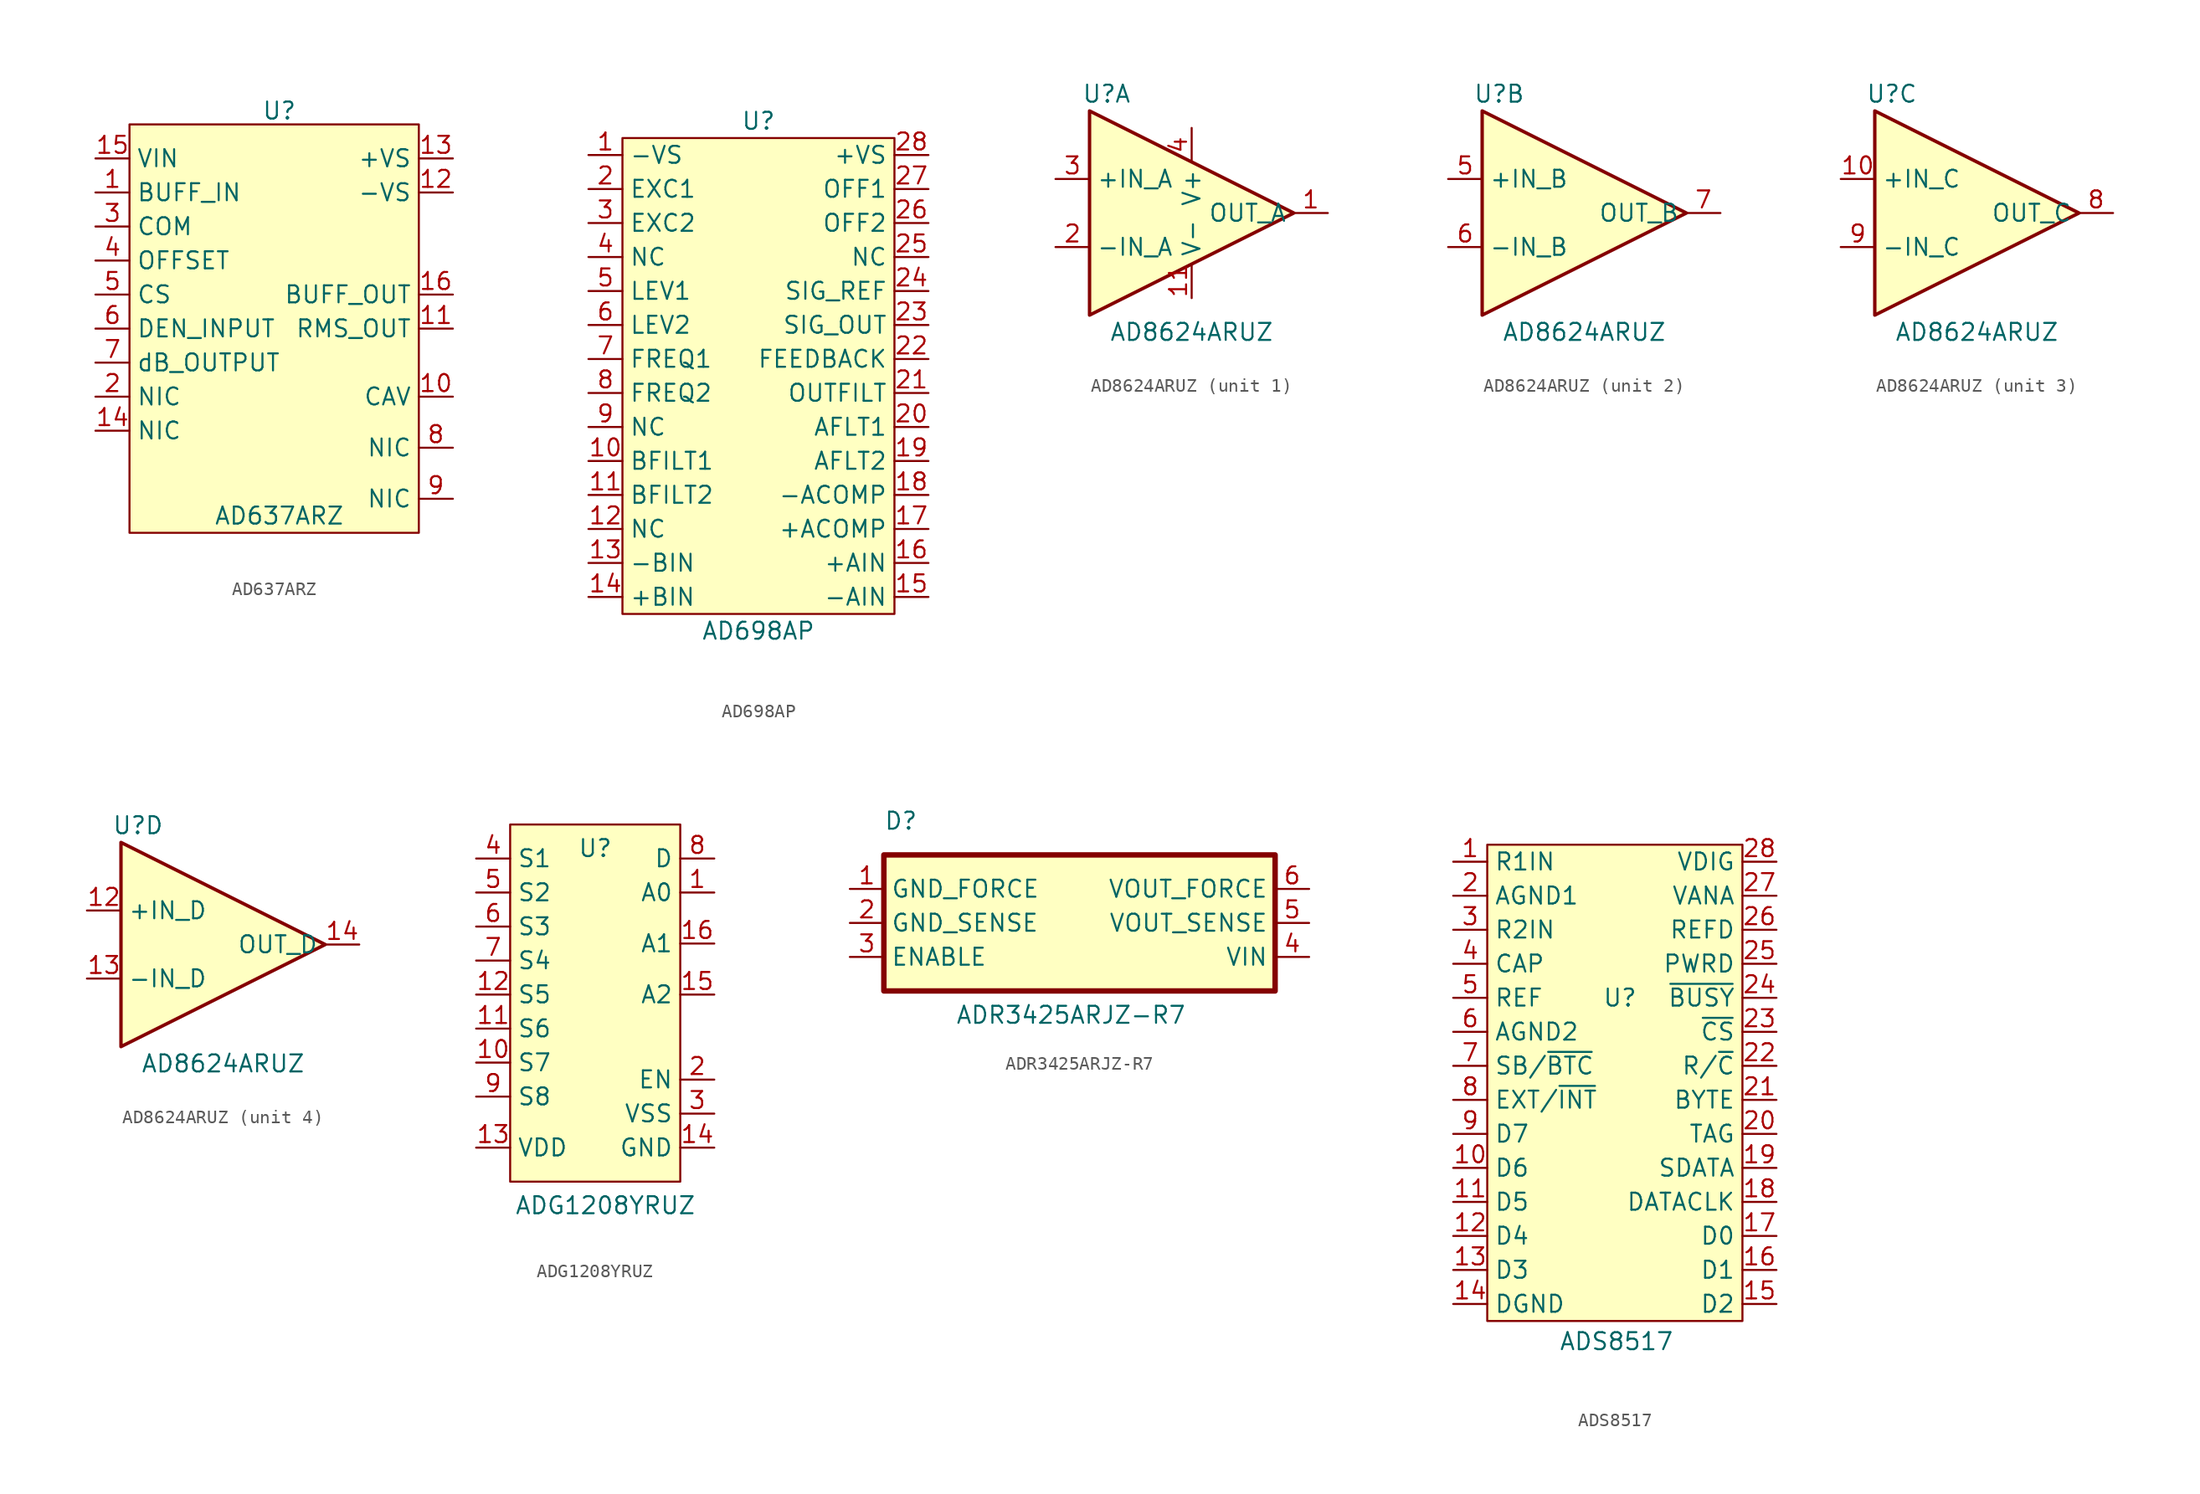
<source format=kicad_sym>
(kicad_symbol_lib
  (version 20241209)
  (generator "kicad_symbol_editor")
  (generator_version "9.0")
  (symbol "AD637ARZ"
    (property "Reference" "U"
      (at 1.016 17.526 0)
      (effects (font (size 1.27 1.27))))
    (property "Value" "AD637ARZ"
      (at 1.016 -12.7 0)
      (effects (font (size 1.27 1.27))))
    (symbol "AD637ARZ_1_1"
      (rectangle (start -10.16 16.51) (end 11.43 -13.97) (stroke (width 0) (type default)) (fill (type background)))
      (pin passive line (at -12.7 13.97 0) (length 2.54) (name "VIN" (effects (font (size 1.27 1.27)))) (number "15" (effects (font (size 1.27 1.27)))))
      (pin passive line (at -12.7 11.43 0) (length 2.54) (name "BUFF_IN" (effects (font (size 1.27 1.27)))) (number "1" (effects (font (size 1.27 1.27)))))
      (pin passive line (at -12.7 8.89 0) (length 2.54) (name "COM" (effects (font (size 1.27 1.27)))) (number "3" (effects (font (size 1.27 1.27)))))
      (pin passive line (at -12.7 6.35 0) (length 2.54) (name "OFFSET" (effects (font (size 1.27 1.27)))) (number "4" (effects (font (size 1.27 1.27)))))
      (pin passive line (at -12.7 3.81 0) (length 2.54) (name "CS" (effects (font (size 1.27 1.27)))) (number "5" (effects (font (size 1.27 1.27)))))
      (pin passive line (at -12.7 1.27 0) (length 2.54) (name "DEN_INPUT" (effects (font (size 1.27 1.27)))) (number "6" (effects (font (size 1.27 1.27)))))
      (pin passive line (at -12.7 -1.27 0) (length 2.54) (name "dB_OUTPUT" (effects (font (size 1.27 1.27)))) (number "7" (effects (font (size 1.27 1.27)))))
      (pin passive line (at -12.7 -3.81 0) (length 2.54) (name "NIC" (effects (font (size 1.27 1.27)))) (number "2" (effects (font (size 1.27 1.27)))))
      (pin passive line (at -12.7 -6.35 0) (length 2.54) (name "NIC" (effects (font (size 1.27 1.27)))) (number "14" (effects (font (size 1.27 1.27)))))
      (pin passive line (at 13.97 13.97 180) (length 2.54) (name "+VS" (effects (font (size 1.27 1.27)))) (number "13" (effects (font (size 1.27 1.27)))))
      (pin passive line (at 13.97 11.43 180) (length 2.54) (name "-VS" (effects (font (size 1.27 1.27)))) (number "12" (effects (font (size 1.27 1.27)))))
      (pin passive line (at 13.97 3.81 180) (length 2.54) (name "BUFF_OUT" (effects (font (size 1.27 1.27)))) (number "16" (effects (font (size 1.27 1.27)))))
      (pin passive line (at 13.97 1.27 180) (length 2.54) (name "RMS_OUT" (effects (font (size 1.27 1.27)))) (number "11" (effects (font (size 1.27 1.27)))))
      (pin passive line (at 13.97 -3.81 180) (length 2.54) (name "CAV" (effects (font (size 1.27 1.27)))) (number "10" (effects (font (size 1.27 1.27)))))
      (pin passive line (at 13.97 -7.62 180) (length 2.54) (name "NIC" (effects (font (size 1.27 1.27)))) (number "8" (effects (font (size 1.27 1.27)))))
      (pin passive line (at 13.97 -11.43 180) (length 2.54) (name "NIC" (effects (font (size 1.27 1.27)))) (number "9" (effects (font (size 1.27 1.27)))))))
  (symbol "AD698AP"
    (property "Reference" "U"
      (at 0 21.59 0)
      (effects (font (size 1.27 1.27))))
    (property "Value" "AD698AP"
      (at 0 -16.51 0)
      (effects (font (size 1.27 1.27))))
    (symbol "AD698AP_1_1"
      (rectangle (start -10.16 20.32) (end 10.16 -15.24) (stroke (width 0) (type default)) (fill (type background)))
      (pin passive line (at -12.7 19.05 0) (length 2.54) (name "-VS" (effects (font (size 1.27 1.27)))) (number "1" (effects (font (size 1.27 1.27)))))
      (pin passive line (at -12.7 16.51 0) (length 2.54) (name "EXC1" (effects (font (size 1.27 1.27)))) (number "2" (effects (font (size 1.27 1.27)))))
      (pin passive line (at -12.7 13.97 0) (length 2.54) (name "EXC2" (effects (font (size 1.27 1.27)))) (number "3" (effects (font (size 1.27 1.27)))))
      (pin passive line (at -12.7 11.43 0) (length 2.54) (name "NC" (effects (font (size 1.27 1.27)))) (number "4" (effects (font (size 1.27 1.27)))))
      (pin passive line (at -12.7 8.89 0) (length 2.54) (name "LEV1" (effects (font (size 1.27 1.27)))) (number "5" (effects (font (size 1.27 1.27)))))
      (pin passive line (at -12.7 6.35 0) (length 2.54) (name "LEV2" (effects (font (size 1.27 1.27)))) (number "6" (effects (font (size 1.27 1.27)))))
      (pin passive line (at -12.7 3.81 0) (length 2.54) (name "FREQ1" (effects (font (size 1.27 1.27)))) (number "7" (effects (font (size 1.27 1.27)))))
      (pin passive line (at -12.7 1.27 0) (length 2.54) (name "FREQ2" (effects (font (size 1.27 1.27)))) (number "8" (effects (font (size 1.27 1.27)))))
      (pin passive line (at -12.7 -1.27 0) (length 2.54) (name "NC" (effects (font (size 1.27 1.27)))) (number "9" (effects (font (size 1.27 1.27)))))
      (pin passive line (at -12.7 -3.81 0) (length 2.54) (name "BFILT1" (effects (font (size 1.27 1.27)))) (number "10" (effects (font (size 1.27 1.27)))))
      (pin passive line (at -12.7 -6.35 0) (length 2.54) (name "BFILT2" (effects (font (size 1.27 1.27)))) (number "11" (effects (font (size 1.27 1.27)))))
      (pin passive line (at -12.7 -8.89 0) (length 2.54) (name "NC" (effects (font (size 1.27 1.27)))) (number "12" (effects (font (size 1.27 1.27)))))
      (pin passive line (at -12.7 -11.43 0) (length 2.54) (name "-BIN" (effects (font (size 1.27 1.27)))) (number "13" (effects (font (size 1.27 1.27)))))
      (pin passive line (at -12.7 -13.97 0) (length 2.54) (name "+BIN" (effects (font (size 1.27 1.27)))) (number "14" (effects (font (size 1.27 1.27)))))
      (pin passive line (at 12.7 19.05 180) (length 2.54) (name "+VS" (effects (font (size 1.27 1.27)))) (number "28" (effects (font (size 1.27 1.27)))))
      (pin passive line (at 12.7 16.51 180) (length 2.54) (name "OFF1" (effects (font (size 1.27 1.27)))) (number "27" (effects (font (size 1.27 1.27)))))
      (pin passive line (at 12.7 13.97 180) (length 2.54) (name "OFF2" (effects (font (size 1.27 1.27)))) (number "26" (effects (font (size 1.27 1.27)))))
      (pin passive line (at 12.7 11.43 180) (length 2.54) (name "NC" (effects (font (size 1.27 1.27)))) (number "25" (effects (font (size 1.27 1.27)))))
      (pin passive line (at 12.7 8.89 180) (length 2.54) (name "SIG_REF" (effects (font (size 1.27 1.27)))) (number "24" (effects (font (size 1.27 1.27)))))
      (pin passive line (at 12.7 6.35 180) (length 2.54) (name "SIG_OUT" (effects (font (size 1.27 1.27)))) (number "23" (effects (font (size 1.27 1.27)))))
      (pin passive line (at 12.7 3.81 180) (length 2.54) (name "FEEDBACK" (effects (font (size 1.27 1.27)))) (number "22" (effects (font (size 1.27 1.27)))))
      (pin passive line (at 12.7 1.27 180) (length 2.54) (name "OUTFILT" (effects (font (size 1.27 1.27)))) (number "21" (effects (font (size 1.27 1.27)))))
      (pin passive line (at 12.7 -1.27 180) (length 2.54) (name "AFLT1" (effects (font (size 1.27 1.27)))) (number "20" (effects (font (size 1.27 1.27)))))
      (pin passive line (at 12.7 -3.81 180) (length 2.54) (name "AFLT2" (effects (font (size 1.27 1.27)))) (number "19" (effects (font (size 1.27 1.27)))))
      (pin passive line (at 12.7 -6.35 180) (length 2.54) (name "-ACOMP" (effects (font (size 1.27 1.27)))) (number "18" (effects (font (size 1.27 1.27)))))
      (pin passive line (at 12.7 -8.89 180) (length 2.54) (name "+ACOMP" (effects (font (size 1.27 1.27)))) (number "17" (effects (font (size 1.27 1.27)))))
      (pin passive line (at 12.7 -11.43 180) (length 2.54) (name "+AIN" (effects (font (size 1.27 1.27)))) (number "16" (effects (font (size 1.27 1.27)))))
      (pin passive line (at 12.7 -13.97 180) (length 2.54) (name "-AIN" (effects (font (size 1.27 1.27)))) (number "15" (effects (font (size 1.27 1.27)))))))
  (symbol "AD8624ARUZ"
    (property "Reference" "U"
      (at 0 1.27 0)
      (effects (font (size 1.27 1.27))))
    (property "Value" "AD8624ARUZ"
      (at 6.35 -16.51 0)
      (effects (font (size 1.27 1.27))))
    (property "ki_locked" ""
      (at 0 0 0)
      (effects (font (size 1.27 1.27))))
    (symbol "AD8624ARUZ_0_1"
      (polyline (pts (xy -1.27 0) (xy 13.97 -7.62) (xy -1.27 -15.24) (xy -1.27 0)) (stroke (width 0.254) (type default)) (fill (type background))))
    (symbol "AD8624ARUZ_1_1"
      (pin input line (at -3.81 -5.08 0) (length 2.54) (name "+IN_A" (effects (font (size 1.27 1.27)))) (number "3" (effects (font (size 1.27 1.27)))))
      (pin input line (at -3.81 -10.16 0) (length 2.54) (name "-IN_A" (effects (font (size 1.27 1.27)))) (number "2" (effects (font (size 1.27 1.27)))))
      (pin power_in line (at 6.35 -1.27 270) (length 2.54) (name "V+" (effects (font (size 1.27 1.27)))) (number "4" (effects (font (size 1.27 1.27)))))
      (pin power_in line (at 6.35 -13.97 90) (length 2.54) (name "V-" (effects (font (size 1.27 1.27)))) (number "11" (effects (font (size 1.27 1.27)))))
      (pin output line (at 16.51 -7.62 180) (length 2.54) (name "OUT_A" (effects (font (size 1.27 1.27)))) (number "1" (effects (font (size 1.27 1.27))))))
    (symbol "AD8624ARUZ_2_1"
      (pin input line (at -3.81 -5.08 0) (length 2.54) (name "+IN_B" (effects (font (size 1.27 1.27)))) (number "5" (effects (font (size 1.27 1.27)))))
      (pin input line (at -3.81 -10.16 0) (length 2.54) (name "-IN_B" (effects (font (size 1.27 1.27)))) (number "6" (effects (font (size 1.27 1.27)))))
      (pin output line (at 16.51 -7.62 180) (length 2.54) (name "OUT_B" (effects (font (size 1.27 1.27)))) (number "7" (effects (font (size 1.27 1.27))))))
    (symbol "AD8624ARUZ_3_1"
      (pin input line (at -3.81 -5.08 0) (length 2.54) (name "+IN_C" (effects (font (size 1.27 1.27)))) (number "10" (effects (font (size 1.27 1.27)))))
      (pin input line (at -3.81 -10.16 0) (length 2.54) (name "-IN_C" (effects (font (size 1.27 1.27)))) (number "9" (effects (font (size 1.27 1.27)))))
      (pin output line (at 16.51 -7.62 180) (length 2.54) (name "OUT_C" (effects (font (size 1.27 1.27)))) (number "8" (effects (font (size 1.27 1.27))))))
    (symbol "AD8624ARUZ_4_1"
      (pin input line (at -3.81 -5.08 0) (length 2.54) (name "+IN_D" (effects (font (size 1.27 1.27)))) (number "12" (effects (font (size 1.27 1.27)))))
      (pin input line (at -3.81 -10.16 0) (length 2.54) (name "-IN_D" (effects (font (size 1.27 1.27)))) (number "13" (effects (font (size 1.27 1.27)))))
      (pin output line (at 16.51 -7.62 180) (length 2.54) (name "OUT_D" (effects (font (size 1.27 1.27)))) (number "14" (effects (font (size 1.27 1.27)))))))
  (symbol "ADG1208YRUZ"
    (property "Reference" "U"
      (at 0 17.272 0)
      (effects (font (size 1.27 1.27))))
    (property "Value" "ADG1208YRUZ"
      (at 0.762 -9.398 0)
      (effects (font (size 1.27 1.27))))
    (symbol "ADG1208YRUZ_1_0"
      (pin passive line (at -8.89 -5.08 0) (length 2.54) (name "VDD" (effects (font (size 1.27 1.27)))) (number "13" (effects (font (size 1.27 1.27)))))
      (pin passive line (at 8.89 16.51 180) (length 2.54) (name "D" (effects (font (size 1.27 1.27)))) (number "8" (effects (font (size 1.27 1.27)))))
      (pin passive line (at 8.89 13.97 180) (length 2.54) (name "A0" (effects (font (size 1.27 1.27)))) (number "1" (effects (font (size 1.27 1.27)))))
      (pin passive line (at 8.89 10.16 180) (length 2.54) (name "A1" (effects (font (size 1.27 1.27)))) (number "16" (effects (font (size 1.27 1.27)))))
      (pin passive line (at 8.89 6.35 180) (length 2.54) (name "A2" (effects (font (size 1.27 1.27)))) (number "15" (effects (font (size 1.27 1.27)))))
      (pin passive line (at 8.89 0 180) (length 2.54) (name "EN" (effects (font (size 1.27 1.27)))) (number "2" (effects (font (size 1.27 1.27)))))
      (pin passive line (at 8.89 -2.54 180) (length 2.54) (name "VSS" (effects (font (size 1.27 1.27)))) (number "3" (effects (font (size 1.27 1.27)))))
      (pin passive line (at 8.89 -5.08 180) (length 2.54) (name "GND" (effects (font (size 1.27 1.27)))) (number "14" (effects (font (size 1.27 1.27))))))
    (symbol "ADG1208YRUZ_1_1"
      (rectangle (start -6.35 19.05) (end 6.35 -7.62) (stroke (width 0) (type default)) (fill (type background)))
      (pin passive line (at -8.89 16.51 0) (length 2.54) (name "S1" (effects (font (size 1.27 1.27)))) (number "4" (effects (font (size 1.27 1.27)))))
      (pin passive line (at -8.89 13.97 0) (length 2.54) (name "S2" (effects (font (size 1.27 1.27)))) (number "5" (effects (font (size 1.27 1.27)))))
      (pin passive line (at -8.89 11.43 0) (length 2.54) (name "S3" (effects (font (size 1.27 1.27)))) (number "6" (effects (font (size 1.27 1.27)))))
      (pin passive line (at -8.89 8.89 0) (length 2.54) (name "S4" (effects (font (size 1.27 1.27)))) (number "7" (effects (font (size 1.27 1.27)))))
      (pin passive line (at -8.89 6.35 0) (length 2.54) (name "S5" (effects (font (size 1.27 1.27)))) (number "12" (effects (font (size 1.27 1.27)))))
      (pin passive line (at -8.89 3.81 0) (length 2.54) (name "S6" (effects (font (size 1.27 1.27)))) (number "11" (effects (font (size 1.27 1.27)))))
      (pin passive line (at -8.89 1.27 0) (length 2.54) (name "S7" (effects (font (size 1.27 1.27)))) (number "10" (effects (font (size 1.27 1.27)))))
      (pin passive line (at -8.89 -1.27 0) (length 2.54) (name "S8" (effects (font (size 1.27 1.27)))) (number "9" (effects (font (size 1.27 1.27)))))))
  (symbol "ADR3425ARJZ-R7"
    (property "Reference" "D"
      (at -12.7 7.62 0)
      (effects (font (size 1.27 1.27))))
    (property "Value" "ADR3425ARJZ-R7"
      (at 0 -7.62 0)
      (effects (font (size 1.27 1.27)) (justify bottom)))
    (symbol "ADR3425ARJZ-R7_0_0"
      (rectangle (start -13.97 5.08) (end 15.24 -5.08) (stroke (width 0.406) (type default)) (fill (type background))))
    (symbol "ADR3425ARJZ-R7_1_1"
      (pin passive line (at -16.51 2.54 0) (length 2.54) (name "GND_FORCE" (effects (font (size 1.27 1.27)))) (number "1" (effects (font (size 1.27 1.27)))))
      (pin passive line (at -16.51 0 0) (length 2.54) (name "GND_SENSE" (effects (font (size 1.27 1.27)))) (number "2" (effects (font (size 1.27 1.27)))))
      (pin passive line (at -16.51 -2.54 0) (length 2.54) (name "ENABLE" (effects (font (size 1.27 1.27)))) (number "3" (effects (font (size 1.27 1.27)))))
      (pin passive line (at 17.78 2.54 180) (length 2.54) (name "VOUT_FORCE" (effects (font (size 1.27 1.27)))) (number "6" (effects (font (size 1.27 1.27)))))
      (pin passive line (at 17.78 0 180) (length 2.54) (name "VOUT_SENSE" (effects (font (size 1.27 1.27)))) (number "5" (effects (font (size 1.27 1.27)))))
      (pin passive line (at 17.78 -2.54 180) (length 2.54) (name "VIN" (effects (font (size 1.27 1.27)))) (number "4" (effects (font (size 1.27 1.27)))))))
  (symbol "ADS8517"
    (property "Reference" "U"
      (at 3.556 20.32 0)
      (effects (font (size 1.27 1.27))))
    (property "Value" "ADS8517"
      (at 3.302 -5.334 0)
      (effects (font (size 1.27 1.27))))
    (symbol "ADS8517_1_1"
      (rectangle (start -6.35 31.75) (end 12.7 -3.81) (stroke (width 0) (type default)) (fill (type background)))
      (pin passive line (at -8.89 30.48 0) (length 2.54) (name "R1IN" (effects (font (size 1.27 1.27)))) (number "1" (effects (font (size 1.27 1.27)))))
      (pin passive line (at -8.89 27.94 0) (length 2.54) (name "AGND1" (effects (font (size 1.27 1.27)))) (number "2" (effects (font (size 1.27 1.27)))))
      (pin passive line (at -8.89 25.4 0) (length 2.54) (name "R2IN" (effects (font (size 1.27 1.27)))) (number "3" (effects (font (size 1.27 1.27)))))
      (pin passive line (at -8.89 22.86 0) (length 2.54) (name "CAP" (effects (font (size 1.27 1.27)))) (number "4" (effects (font (size 1.27 1.27)))))
      (pin passive line (at -8.89 20.32 0) (length 2.54) (name "REF" (effects (font (size 1.27 1.27)))) (number "5" (effects (font (size 1.27 1.27)))))
      (pin passive line (at -8.89 17.78 0) (length 2.54) (name "AGND2" (effects (font (size 1.27 1.27)))) (number "6" (effects (font (size 1.27 1.27)))))
      (pin passive line (at -8.89 15.24 0) (length 2.54) (name "SB/~{BTC}" (effects (font (size 1.27 1.27)))) (number "7" (effects (font (size 1.27 1.27)))))
      (pin passive line (at -8.89 12.7 0) (length 2.54) (name "EXT/~{INT}" (effects (font (size 1.27 1.27)))) (number "8" (effects (font (size 1.27 1.27)))))
      (pin passive line (at -8.89 10.16 0) (length 2.54) (name "D7" (effects (font (size 1.27 1.27)))) (number "9" (effects (font (size 1.27 1.27)))))
      (pin passive line (at -8.89 7.62 0) (length 2.54) (name "D6" (effects (font (size 1.27 1.27)))) (number "10" (effects (font (size 1.27 1.27)))))
      (pin passive line (at -8.89 5.08 0) (length 2.54) (name "D5" (effects (font (size 1.27 1.27)))) (number "11" (effects (font (size 1.27 1.27)))))
      (pin passive line (at -8.89 2.54 0) (length 2.54) (name "D4" (effects (font (size 1.27 1.27)))) (number "12" (effects (font (size 1.27 1.27)))))
      (pin passive line (at -8.89 0 0) (length 2.54) (name "D3" (effects (font (size 1.27 1.27)))) (number "13" (effects (font (size 1.27 1.27)))))
      (pin passive line (at -8.89 -2.54 0) (length 2.54) (name "DGND" (effects (font (size 1.27 1.27)))) (number "14" (effects (font (size 1.27 1.27)))))
      (pin passive line (at 15.24 30.48 180) (length 2.54) (name "VDIG" (effects (font (size 1.27 1.27)))) (number "28" (effects (font (size 1.27 1.27)))))
      (pin passive line (at 15.24 27.94 180) (length 2.54) (name "VANA" (effects (font (size 1.27 1.27)))) (number "27" (effects (font (size 1.27 1.27)))))
      (pin passive line (at 15.24 25.4 180) (length 2.54) (name "REFD" (effects (font (size 1.27 1.27)))) (number "26" (effects (font (size 1.27 1.27)))))
      (pin passive line (at 15.24 22.86 180) (length 2.54) (name "PWRD" (effects (font (size 1.27 1.27)))) (number "25" (effects (font (size 1.27 1.27)))))
      (pin passive line (at 15.24 20.32 180) (length 2.54) (name "~{BUSY}" (effects (font (size 1.27 1.27)))) (number "24" (effects (font (size 1.27 1.27)))))
      (pin passive line (at 15.24 17.78 180) (length 2.54) (name "~{CS}" (effects (font (size 1.27 1.27)))) (number "23" (effects (font (size 1.27 1.27)))))
      (pin passive line (at 15.24 15.24 180) (length 2.54) (name "R/~{C}" (effects (font (size 1.27 1.27)))) (number "22" (effects (font (size 1.27 1.27)))))
      (pin passive line (at 15.24 12.7 180) (length 2.54) (name "BYTE" (effects (font (size 1.27 1.27)))) (number "21" (effects (font (size 1.27 1.27)))))
      (pin passive line (at 15.24 10.16 180) (length 2.54) (name "TAG" (effects (font (size 1.27 1.27)))) (number "20" (effects (font (size 1.27 1.27)))))
      (pin passive line (at 15.24 7.62 180) (length 2.54) (name "SDATA" (effects (font (size 1.27 1.27)))) (number "19" (effects (font (size 1.27 1.27)))))
      (pin passive line (at 15.24 5.08 180) (length 2.54) (name "DATACLK" (effects (font (size 1.27 1.27)))) (number "18" (effects (font (size 1.27 1.27)))))
      (pin passive line (at 15.24 2.54 180) (length 2.54) (name "D0" (effects (font (size 1.27 1.27)))) (number "17" (effects (font (size 1.27 1.27)))))
      (pin passive line (at 15.24 0 180) (length 2.54) (name "D1" (effects (font (size 1.27 1.27)))) (number "16" (effects (font (size 1.27 1.27)))))
      (pin passive line (at 15.24 -2.54 180) (length 2.54) (name "D2" (effects (font (size 1.27 1.27)))) (number "15" (effects (font (size 1.27 1.27))))))))
</source>
